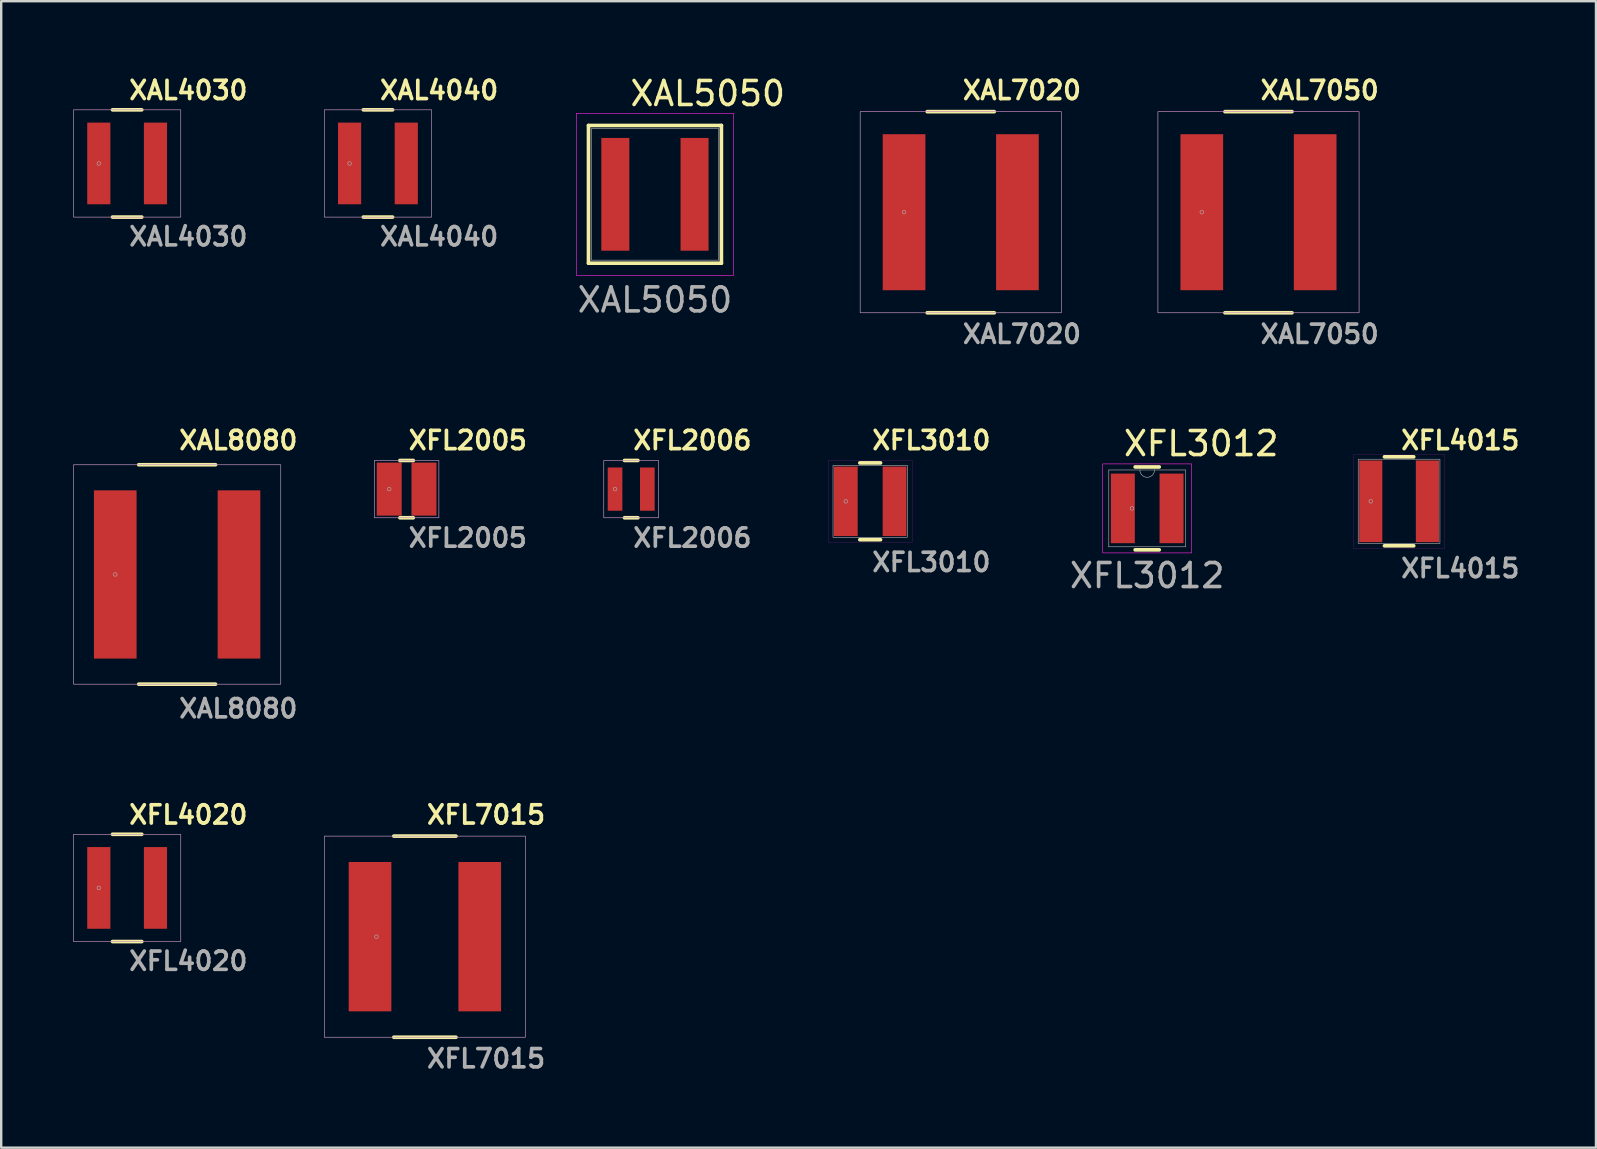
<source format=kicad_pcb>
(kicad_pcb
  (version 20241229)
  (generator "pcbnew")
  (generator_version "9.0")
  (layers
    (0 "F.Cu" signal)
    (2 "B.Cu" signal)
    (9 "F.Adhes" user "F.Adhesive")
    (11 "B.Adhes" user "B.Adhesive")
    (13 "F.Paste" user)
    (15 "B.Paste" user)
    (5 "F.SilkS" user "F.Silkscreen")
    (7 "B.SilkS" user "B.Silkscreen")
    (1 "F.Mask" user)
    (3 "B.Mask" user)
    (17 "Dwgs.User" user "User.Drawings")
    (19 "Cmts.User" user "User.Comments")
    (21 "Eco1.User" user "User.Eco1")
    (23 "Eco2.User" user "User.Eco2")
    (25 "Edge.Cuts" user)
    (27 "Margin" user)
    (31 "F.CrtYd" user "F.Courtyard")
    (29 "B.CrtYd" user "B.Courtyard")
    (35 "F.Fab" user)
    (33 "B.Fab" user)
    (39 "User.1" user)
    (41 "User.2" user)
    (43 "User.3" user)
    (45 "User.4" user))
  (footprint "XAL4040"
    (layer "F.Cu")
    (at 12.699 3.761)
    (property "Reference" "XAL4040" (at 0 -3.048 0) (unlocked yes) (layer "F.SilkS") (effects (font (size 0.762 0.762) (thickness 0.152)) (justify left)))
    (attr smd)
    (fp_line (start -0.61 2.235) (end 0.61 2.235) (stroke (width 0.152) (type solid)) (layer "F.SilkS"))
    (fp_line (start 0.61 -2.235) (end -0.61 -2.235) (stroke (width 0.152) (type solid)) (layer "F.SilkS"))
    (fp_rect (start -2.235 -2.235) (end 2.235 2.235) (stroke (width 0.006) (type default)) (fill no) (layer "F.CrtYd"))
    (fp_rect (start -2.235 -2.235) (end 2.235 2.235) (stroke (width 0.025) (type default)) (fill no) (layer "F.Fab"))
    (fp_circle (center -1.181 0) (end -1.105 0) (stroke (width 0.025) (type solid)) (fill no) (layer "F.Fab"))
    (fp_text user "${REFERENCE}" (at 0 3.048 0) (unlocked yes) (layer "F.Fab") (effects (font (size 0.762 0.762) (thickness 0.152)) (justify left)))
    (pad "1" smd rect (at -1.181 0) (size 0.965 3.404) (layers "F.Cu" "F.Mask" "F.Paste"))
    (pad "2" smd rect (at 1.181 0) (size 0.965 3.404) (layers "F.Cu" "F.Mask" "F.Paste")))
  (footprint "XFL3010"
    (layer "F.Cu")
    (at 33.211 17.84)
    (property "Reference" "XFL3010" (at 0 -2.54 0) (unlocked yes) (layer "F.SilkS") (effects (font (size 0.762 0.762) (thickness 0.152)) (justify left)))
    (attr smd)
    (fp_line (start -0.432 1.6) (end 0.432 1.6) (stroke (width 0.152) (type solid)) (layer "F.SilkS"))
    (fp_line (start 0.432 -1.6) (end -0.432 -1.6) (stroke (width 0.152) (type solid)) (layer "F.SilkS"))
    (fp_rect (start -1.753 -1.702) (end 1.753 1.702) (stroke (width 0.006) (type default)) (fill no) (layer "F.CrtYd"))
    (fp_rect (start -1.549 -1.499) (end 1.549 1.499) (stroke (width 0.025) (type default)) (fill no) (layer "F.Fab"))
    (fp_circle (center -1.016 0) (end -0.94 0) (stroke (width 0.025) (type solid)) (fill no) (layer "F.Fab"))
    (fp_text user "${REFERENCE}" (at 0 2.54 0) (unlocked yes) (layer "F.Fab") (effects (font (size 0.762 0.762) (thickness 0.152)) (justify left)))
    (pad "1" smd rect (at -1.016 0) (size 0.991 2.896) (layers "F.Cu" "F.Mask" "F.Paste"))
    (pad "2" smd rect (at 1.016 0) (size 0.991 2.896) (layers "F.Cu" "F.Mask" "F.Paste")))
  (footprint "XAL7020"
    (layer "F.Cu")
    (at 36.985 5.793)
    (property "Reference" "XAL7020" (at 0 -5.08 0) (unlocked yes) (layer "F.SilkS") (effects (font (size 0.762 0.762) (thickness 0.152)) (justify left)))
    (attr smd)
    (fp_line (start 1.397 -4.191) (end -1.397 -4.191) (stroke (width 0.152) (type solid)) (layer "F.SilkS"))
    (fp_line (start 1.397 4.191) (end -1.397 4.191) (stroke (width 0.152) (type solid)) (layer "F.SilkS"))
    (fp_rect (start -4.191 -4.191) (end 4.191 4.191) (stroke (width 0.006) (type default)) (fill no) (layer "F.CrtYd"))
    (fp_rect (start -4.191 -4.191) (end 4.191 4.191) (stroke (width 0.025) (type default)) (fill no) (layer "F.Fab"))
    (fp_circle (center -2.362 0) (end -2.286 0) (stroke (width 0.025) (type solid)) (fill no) (layer "F.Fab"))
    (fp_text user "${REFERENCE}" (at 0 5.08 0) (unlocked yes) (layer "F.Fab") (effects (font (size 0.762 0.762) (thickness 0.152)) (justify left)))
    (pad "1" smd rect (at -2.362 0) (size 1.778 6.502) (layers "F.Cu" "F.Mask" "F.Paste"))
    (pad "2" smd rect (at 2.362 0) (size 1.778 6.502) (layers "F.Cu" "F.Mask" "F.Paste")))
  (footprint "XAL5050"
    (layer "F.Cu")
    (at 24.242 5.048)
    (property "Reference" "XAL5050" (at 2.2 -4.2 0) (unlocked yes) (layer "F.SilkS") (effects (font (size 1 1) (thickness 0.15))))
    (attr smd)
    (fp_line (start -2.769 -2.87) (end -2.769 2.87) (stroke (width 0.152) (type solid)) (layer "F.SilkS"))
    (fp_line (start -2.769 2.87) (end 2.769 2.87) (stroke (width 0.152) (type solid)) (layer "F.SilkS"))
    (fp_line (start 2.769 -2.87) (end -2.769 -2.87) (stroke (width 0.152) (type solid)) (layer "F.SilkS"))
    (fp_line (start 2.769 2.87) (end 2.769 -2.87) (stroke (width 0.152) (type solid)) (layer "F.SilkS"))
    (fp_poly (pts (xy -3.277 -3.378) (xy 3.277 -3.378) (xy 3.277 3.378) (xy -3.277 3.378)) (stroke (width 0.025) (type solid)) (fill no) (layer "F.CrtYd"))
    (fp_line (start -2.642 -2.743) (end -2.642 2.743) (stroke (width 0.025) (type solid)) (layer "F.Fab"))
    (fp_line (start -2.642 2.743) (end 2.642 2.743) (stroke (width 0.025) (type solid)) (layer "F.Fab"))
    (fp_line (start 2.642 -2.743) (end -2.642 -2.743) (stroke (width 0.025) (type solid)) (layer "F.Fab"))
    (fp_line (start 2.642 2.743) (end 2.642 -2.743) (stroke (width 0.025) (type solid)) (layer "F.Fab"))
    (fp_text user "${REFERENCE}" (at 0 4.4 0) (unlocked yes) (layer "F.Fab") (effects (font (size 1 1) (thickness 0.15))))
    (pad "1" smd rect (at -1.651 0) (size 1.168 4.699) (layers "F.Cu" "F.Mask" "F.Paste"))
    (pad "2" smd rect (at 1.651 0) (size 1.168 4.699) (layers "F.Cu" "F.Mask" "F.Paste"))
    (zone (net_name "") (layer "F.Cu") (hatch full 0.508) (connect_pads) (min_thickness 0.254) (filled_areas_thickness no) (keepout (tracks not_allowed) (vias not_allowed) (pads allowed) (copperpour not_allowed) (footprints allowed)) (placement (enabled no)) (fill) (polygon (pts (xy 23.226 2.356) (xy 25.258 2.356) (xy 25.258 7.741) (xy 23.226 7.741)))))
  (footprint "XFL2005"
    (layer "F.Cu")
    (at 13.893 17.332)
    (property "Reference" "XFL2005" (at 0 -2.032 0) (unlocked yes) (layer "F.SilkS") (effects (font (size 0.762 0.762) (thickness 0.152)) (justify left)))
    (attr smd)
    (fp_line (start -0.279 -1.194) (end 0.279 -1.194) (stroke (width 0.152) (type solid)) (layer "F.SilkS"))
    (fp_line (start -0.279 1.194) (end 0.279 1.194) (stroke (width 0.152) (type solid)) (layer "F.SilkS"))
    (fp_rect (start -1.346 -1.194) (end 1.346 1.194) (stroke (width 0.006) (type default)) (fill no) (layer "F.CrtYd"))
    (fp_rect (start -1.346 -1.194) (end 1.346 1.194) (stroke (width 0.025) (type default)) (fill no) (layer "F.Fab"))
    (fp_circle (center -0.724 0) (end -0.648 0) (stroke (width 0.025) (type solid)) (fill no) (layer "F.Fab"))
    (fp_text user "${REFERENCE}" (at 0 2.032 0) (unlocked yes) (layer "F.Fab") (effects (font (size 0.762 0.762) (thickness 0.152)) (justify left)))
    (pad "1" smd rect (at -0.724 0) (size 1.041 2.21) (layers "F.Cu" "F.Mask" "F.Paste"))
    (pad "2" smd rect (at 0.724 0) (size 1.041 2.21) (layers "F.Cu" "F.Mask" "F.Paste")))
  (footprint "XFL4015"
    (layer "F.Cu")
    (at 55.251 17.84)
    (property "Reference" "XFL4015" (at 0 -2.54 0) (unlocked yes) (layer "F.SilkS") (effects (font (size 0.762 0.762) (thickness 0.152)) (justify left)))
    (attr smd)
    (fp_line (start -0.61 1.854) (end 0.61 1.854) (stroke (width 0.152) (type solid)) (layer "F.SilkS"))
    (fp_line (start 0.61 -1.854) (end -0.61 -1.854) (stroke (width 0.152) (type solid)) (layer "F.SilkS"))
    (fp_rect (start -1.905 -1.956) (end 1.905 1.956) (stroke (width 0.006) (type default)) (fill no) (layer "F.CrtYd"))
    (fp_rect (start -1.702 -1.753) (end 1.702 1.753) (stroke (width 0.025) (type default)) (fill no) (layer "F.Fab"))
    (fp_circle (center -1.181 0) (end -1.105 0) (stroke (width 0.025) (type solid)) (fill no) (layer "F.Fab"))
    (fp_text user "${REFERENCE}" (at 0 2.794 0) (unlocked yes) (layer "F.Fab") (effects (font (size 0.762 0.762) (thickness 0.152)) (justify left)))
    (pad "1" smd rect (at -1.181 0) (size 0.965 3.404) (layers "F.Cu" "F.Mask" "F.Paste"))
    (pad "2" smd rect (at 1.181 0) (size 0.965 3.404) (layers "F.Cu" "F.Mask" "F.Paste")))
  (footprint "XFL2006"
    (layer "F.Cu")
    (at 23.252 17.332)
    (property "Reference" "XFL2006" (at 0 -2.032 0) (unlocked yes) (layer "F.SilkS") (effects (font (size 0.762 0.762) (thickness 0.152)) (justify left)))
    (attr smd)
    (fp_line (start -0.279 -1.194) (end 0.279 -1.194) (stroke (width 0.152) (type solid)) (layer "F.SilkS"))
    (fp_line (start -0.279 1.194) (end 0.279 1.194) (stroke (width 0.152) (type solid)) (layer "F.SilkS"))
    (fp_rect (start -1.143 -1.194) (end 1.143 1.194) (stroke (width 0.006) (type default)) (fill no) (layer "F.CrtYd"))
    (fp_rect (start -1.143 -1.194) (end 1.143 1.194) (stroke (width 0.025) (type default)) (fill no) (layer "F.Fab"))
    (fp_circle (center -0.673 0) (end -0.597 0) (stroke (width 0.025) (type solid)) (fill no) (layer "F.Fab"))
    (fp_text user "${REFERENCE}" (at 0 2.032 0) (unlocked yes) (layer "F.Fab") (effects (font (size 0.762 0.762) (thickness 0.152)) (justify left)))
    (pad "1" smd rect (at -0.673 0) (size 0.61 1.803) (layers "F.Cu" "F.Mask" "F.Paste"))
    (pad "2" smd rect (at 0.673 0) (size 0.61 1.803) (layers "F.Cu" "F.Mask" "F.Paste")))
  (footprint "XFL7015"
    (layer "F.Cu")
    (at 14.655 35.982)
    (property "Reference" "XFL7015" (at 0 -5.08 0) (unlocked yes) (layer "F.SilkS") (effects (font (size 0.762 0.762) (thickness 0.152)) (justify left)))
    (attr smd)
    (fp_line (start 1.295 -4.191) (end -1.295 -4.191) (stroke (width 0.152) (type solid)) (layer "F.SilkS"))
    (fp_line (start 1.295 4.191) (end -1.295 4.191) (stroke (width 0.152) (type solid)) (layer "F.SilkS"))
    (fp_rect (start -4.191 -4.191) (end 4.191 4.191) (stroke (width 0.006) (type default)) (fill no) (layer "F.CrtYd"))
    (fp_rect (start -4.191 -4.191) (end 4.191 4.191) (stroke (width 0.025) (type default)) (fill no) (layer "F.Fab"))
    (fp_circle (center -2.019 0) (end -1.943 0) (stroke (width 0.025) (type solid)) (fill no) (layer "F.Fab"))
    (fp_text user "${REFERENCE}" (at 0 5.08 0) (unlocked yes) (layer "F.Fab") (effects (font (size 0.762 0.762) (thickness 0.152)) (justify left)))
    (pad "1" smd rect (at -2.286 0) (size 1.778 6.223) (layers "F.Cu" "F.Mask" "F.Paste"))
    (pad "2" smd rect (at 2.286 0) (size 1.778 6.223) (layers "F.Cu" "F.Mask" "F.Paste")))
  (footprint "XFL3012"
    (layer "F.Cu")
    (at 44.754 18.135)
    (property "Reference" "XFL3012" (at 2.25 -2.7 0) (unlocked yes) (layer "F.SilkS") (effects (font (size 1 1) (thickness 0.15))))
    (attr smd)
    (fp_line (start -0.502 1.727) (end 0.502 1.727) (stroke (width 0.152) (type solid)) (layer "F.SilkS"))
    (fp_line (start 0.502 -1.727) (end -0.502 -1.727) (stroke (width 0.152) (type solid)) (layer "F.SilkS"))
    (fp_poly (pts (xy -1.854 -1.854) (xy 1.854 -1.854) (xy 1.854 1.854) (xy -1.854 1.854)) (stroke (width 0.025) (type solid)) (fill no) (layer "F.CrtYd"))
    (fp_line (start -1.6 -1.6) (end -1.6 1.6) (stroke (width 0.025) (type solid)) (layer "F.Fab"))
    (fp_line (start -1.6 1.6) (end 1.6 1.6) (stroke (width 0.025) (type solid)) (layer "F.Fab"))
    (fp_line (start 1.6 -1.6) (end -1.6 -1.6) (stroke (width 0.025) (type solid)) (layer "F.Fab"))
    (fp_line (start 1.6 1.6) (end 1.6 -1.6) (stroke (width 0.025) (type solid)) (layer "F.Fab"))
    (fp_arc (start 0.3048 -1.6002) (mid 0 -1.2954) (end -0.3048 -1.6002) (stroke (width 0.0254) (type solid)) (layer "F.Fab"))
    (fp_circle (center -0.635 0) (end -0.559 0) (stroke (width 0.025) (type solid)) (fill no) (layer "F.Fab"))
    (fp_text user "${REFERENCE}" (at 0 2.8 0) (unlocked yes) (layer "F.Fab") (effects (font (size 1 1) (thickness 0.15))))
    (pad "1" smd rect (at -1.015 0) (size 1 2.9) (layers "F.Cu" "F.Mask" "F.Paste"))
    (pad "2" smd rect (at 1.015 0) (size 1 2.9) (layers "F.Cu" "F.Mask" "F.Paste")))
  (footprint "XAL8080"
    (layer "F.Cu")
    (at 4.331 20.888)
    (property "Reference" "XAL8080" (at 0 -5.588 0) (unlocked yes) (layer "F.SilkS") (effects (font (size 0.762 0.762) (thickness 0.152)) (justify left)))
    (attr smd)
    (fp_line (start 1.6 -4.572) (end -1.6 -4.572) (stroke (width 0.152) (type solid)) (layer "F.SilkS"))
    (fp_line (start 1.6 4.572) (end -1.6 4.572) (stroke (width 0.152) (type solid)) (layer "F.SilkS"))
    (fp_rect (start -4.318 -4.572) (end 4.318 4.572) (stroke (width 0.006) (type default)) (fill no) (layer "F.CrtYd"))
    (fp_rect (start -4.318 -4.572) (end 4.318 4.572) (stroke (width 0.025) (type default)) (fill no) (layer "F.Fab"))
    (fp_circle (center -2.578 0) (end -2.502 0) (stroke (width 0.025) (type solid)) (fill no) (layer "F.Fab"))
    (fp_text user "${REFERENCE}" (at 0 5.588 0) (unlocked yes) (layer "F.Fab") (effects (font (size 0.762 0.762) (thickness 0.152)) (justify left)))
    (pad "1" smd rect (at -2.578 0) (size 1.778 7.01) (layers "F.Cu" "F.Mask" "F.Paste"))
    (pad "2" smd rect (at 2.578 0) (size 1.778 7.01) (layers "F.Cu" "F.Mask" "F.Paste")))
  (footprint "XAL7050"
    (layer "F.Cu")
    (at 49.392 5.793)
    (property "Reference" "XAL7050" (at 0 -5.08 0) (unlocked yes) (layer "F.SilkS") (effects (font (size 0.762 0.762) (thickness 0.152)) (justify left)))
    (attr smd)
    (fp_line (start 1.397 -4.191) (end -1.397 -4.191) (stroke (width 0.152) (type solid)) (layer "F.SilkS"))
    (fp_line (start 1.397 4.191) (end -1.397 4.191) (stroke (width 0.152) (type solid)) (layer "F.SilkS"))
    (fp_rect (start -4.191 -4.191) (end 4.191 4.191) (stroke (width 0.006) (type default)) (fill no) (layer "F.CrtYd"))
    (fp_rect (start -4.191 -4.191) (end 4.191 4.191) (stroke (width 0.025) (type default)) (fill no) (layer "F.Fab"))
    (fp_circle (center -2.362 0) (end -2.286 0) (stroke (width 0.025) (type solid)) (fill no) (layer "F.Fab"))
    (fp_text user "${REFERENCE}" (at 0 5.08 0) (unlocked yes) (layer "F.Fab") (effects (font (size 0.762 0.762) (thickness 0.152)) (justify left)))
    (pad "1" smd rect (at -2.362 0) (size 1.778 6.502) (layers "F.Cu" "F.Mask" "F.Paste"))
    (pad "2" smd rect (at 2.362 0) (size 1.778 6.502) (layers "F.Cu" "F.Mask" "F.Paste")))
  (footprint "XFL4020"
    (layer "F.Cu")
    (at 2.248 33.95)
    (property "Reference" "XFL4020" (at 0 -3.048 0) (unlocked yes) (layer "F.SilkS") (effects (font (size 0.762 0.762) (thickness 0.152)) (justify left)))
    (attr smd)
    (fp_line (start -0.61 2.235) (end 0.61 2.235) (stroke (width 0.152) (type solid)) (layer "F.SilkS"))
    (fp_line (start 0.61 -2.235) (end -0.61 -2.235) (stroke (width 0.152) (type solid)) (layer "F.SilkS"))
    (fp_rect (start -2.235 -2.235) (end 2.235 2.235) (stroke (width 0.006) (type default)) (fill no) (layer "F.CrtYd"))
    (fp_rect (start -2.235 -2.235) (end 2.235 2.235) (stroke (width 0.025) (type default)) (fill no) (layer "F.Fab"))
    (fp_circle (center -1.181 0) (end -1.105 0) (stroke (width 0.025) (type solid)) (fill no) (layer "F.Fab"))
    (fp_text user "${REFERENCE}" (at 0 3.048 0) (unlocked yes) (layer "F.Fab") (effects (font (size 0.762 0.762) (thickness 0.152)) (justify left)))
    (pad "1" smd rect (at -1.181 0) (size 0.965 3.404) (layers "F.Cu" "F.Mask" "F.Paste"))
    (pad "2" smd rect (at 1.181 0) (size 0.965 3.404) (layers "F.Cu" "F.Mask" "F.Paste")))
  (footprint "XAL4030"
    (layer "F.Cu")
    (at 2.248 3.761)
    (property "Reference" "XAL4030" (at 0 -3.048 0) (unlocked yes) (layer "F.SilkS") (effects (font (size 0.762 0.762) (thickness 0.152)) (justify left)))
    (attr smd)
    (fp_line (start -0.61 2.235) (end 0.61 2.235) (stroke (width 0.152) (type solid)) (layer "F.SilkS"))
    (fp_line (start 0.61 -2.235) (end -0.61 -2.235) (stroke (width 0.152) (type solid)) (layer "F.SilkS"))
    (fp_rect (start -2.235 -2.235) (end 2.235 2.235) (stroke (width 0.006) (type default)) (fill no) (layer "F.CrtYd"))
    (fp_rect (start -2.235 -2.235) (end 2.235 2.235) (stroke (width 0.025) (type default)) (fill no) (layer "F.Fab"))
    (fp_circle (center -1.181 0) (end -1.105 0) (stroke (width 0.025) (type solid)) (fill no) (layer "F.Fab"))
    (fp_text user "${REFERENCE}" (at 0 3.048 0) (unlocked yes) (layer "F.Fab") (effects (font (size 0.762 0.762) (thickness 0.152)) (justify left)))
    (pad "1" smd rect (at -1.181 0) (size 0.965 3.404) (layers "F.Cu" "F.Mask" "F.Paste"))
    (pad "2" smd rect (at 1.181 0) (size 0.965 3.404) (layers "F.Cu" "F.Mask" "F.Paste")))
  (gr_rect
    (start -3 -3)
    (end 63.455 44.775)
    (stroke (width 0.1) (type default))
    (fill no)
    (layer "Edge.Cuts")))
</source>
